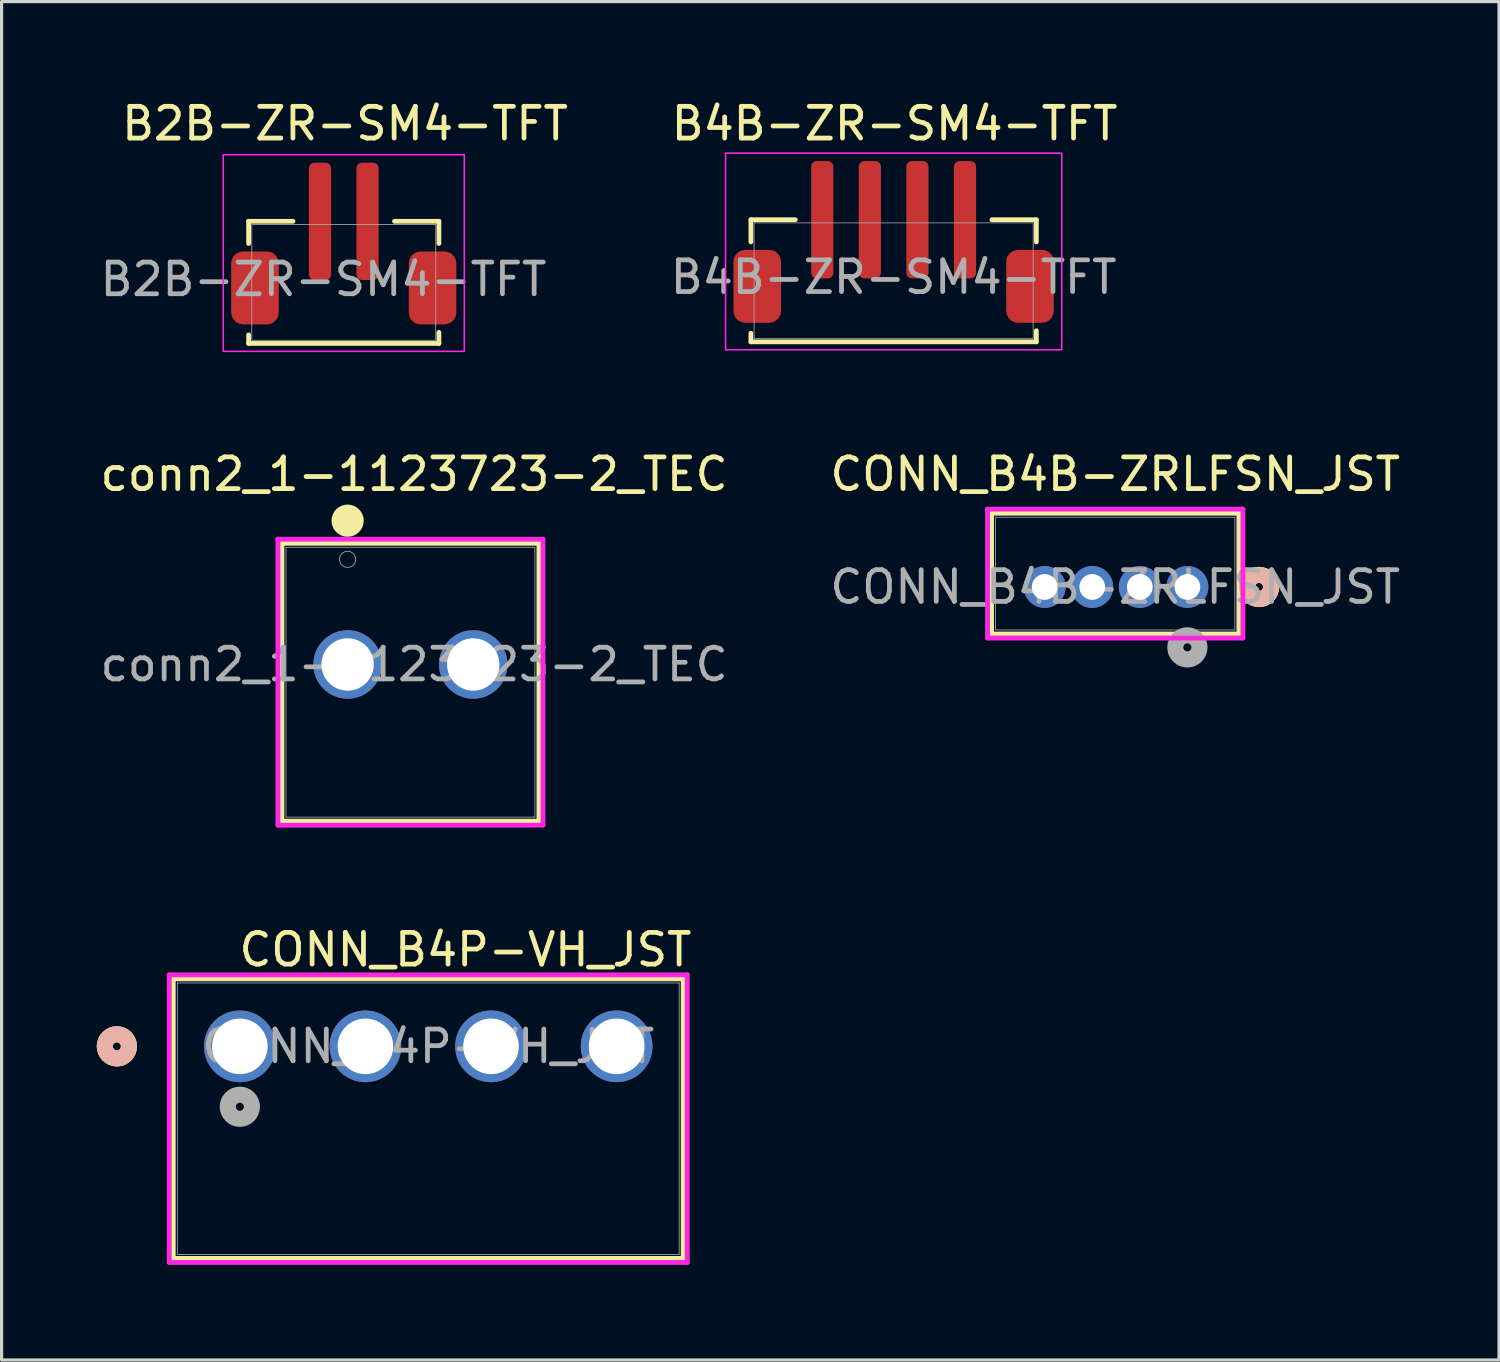
<source format=kicad_pcb>
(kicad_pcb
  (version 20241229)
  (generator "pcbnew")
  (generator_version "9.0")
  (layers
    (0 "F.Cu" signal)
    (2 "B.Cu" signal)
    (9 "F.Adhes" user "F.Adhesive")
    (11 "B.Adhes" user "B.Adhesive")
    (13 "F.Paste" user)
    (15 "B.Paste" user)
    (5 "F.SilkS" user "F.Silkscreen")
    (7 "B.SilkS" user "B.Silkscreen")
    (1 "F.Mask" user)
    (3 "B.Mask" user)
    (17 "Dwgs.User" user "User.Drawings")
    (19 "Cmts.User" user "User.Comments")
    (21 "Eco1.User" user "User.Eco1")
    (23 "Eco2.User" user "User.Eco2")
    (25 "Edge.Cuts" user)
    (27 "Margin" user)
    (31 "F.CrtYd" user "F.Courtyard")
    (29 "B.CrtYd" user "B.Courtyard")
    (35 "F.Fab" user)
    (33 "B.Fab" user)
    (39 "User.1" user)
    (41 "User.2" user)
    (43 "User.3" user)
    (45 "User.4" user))
  (footprint "B2B-ZR-SM4-TFT"
    (layer "F.Cu")
    (at 8.539 3.928)
    (property "Reference" "B2B-ZR-SM4-TFT" (at -0.71 -3.08 0) (unlocked yes) (layer "F.SilkS") (effects (font (size 1 1) (thickness 0.15))))
    (attr smd)
    (fp_line (start -3.75 0) (end -2.35 0) (stroke (width 0.15) (type default)) (layer "F.SilkS"))
    (fp_line (start -3.75 0.7) (end -3.75 0) (stroke (width 0.15) (type default)) (layer "F.SilkS"))
    (fp_line (start -3.75 3.85) (end -3.75 3.58) (stroke (width 0.15) (type default)) (layer "F.SilkS"))
    (fp_line (start 2.25 0) (end 0.85 0) (stroke (width 0.15) (type default)) (layer "F.SilkS"))
    (fp_line (start 2.25 0) (end 2.25 0.7) (stroke (width 0.15) (type default)) (layer "F.SilkS"))
    (fp_line (start 2.25 3.85) (end -3.75 3.85) (stroke (width 0.15) (type default)) (layer "F.SilkS"))
    (fp_line (start 2.25 3.85) (end 2.25 3.5) (stroke (width 0.15) (type default)) (layer "F.SilkS"))
    (fp_rect (start -4.55 -2.1) (end 3.05 4.1) (stroke (width 0.05) (type default)) (fill no) (layer "F.CrtYd"))
    (fp_rect (start 2.15 3.75) (end -3.65 0.1) (stroke (width 0.025) (type default)) (fill no) (layer "F.Fab"))
    (fp_text user "${REFERENCE}" (at -1.39 1.83 0) (unlocked yes) (layer "F.Fab") (effects (font (size 1 1) (thickness 0.15))))
    (pad "1" smd roundrect (at 0 0) (size 0.7 3.7) (layers "F.Cu" "F.Mask" "F.Paste") (roundrect_rratio 0.25))
    (pad "2" smd roundrect (at -1.5 0) (size 0.7 3.7) (layers "F.Cu" "F.Mask" "F.Paste") (roundrect_rratio 0.25))
    (pad "5" smd roundrect (at 2.05 2.1) (size 1.5 2.3) (layers "F.Cu" "F.Mask" "F.Paste") (roundrect_rratio 0.25))
    (pad "6" smd roundrect (at -3.55 2.1) (size 1.5 2.3) (layers "F.Cu" "F.Mask" "F.Paste") (roundrect_rratio 0.25)))
  (footprint "CONN_B4B-ZRLFSN_JST"
    (layer "F.Cu")
    (at 32.113 15.457)
    (property "Reference" "CONN_B4B-ZRLFSN_JST" (at 0 -3.556 0) (unlocked yes) (layer "F.SilkS") (effects (font (size 1 1) (thickness 0.15))))
    (attr through_hole)
    (fp_line (start -3.899 -2.327) (end -3.899 1.483) (stroke (width 0.152) (type solid)) (layer "F.SilkS"))
    (fp_line (start -3.899 1.483) (end 3.899 1.483) (stroke (width 0.152) (type solid)) (layer "F.SilkS"))
    (fp_line (start 3.899 -2.327) (end -3.899 -2.327) (stroke (width 0.152) (type solid)) (layer "F.SilkS"))
    (fp_line (start 3.899 1.483) (end 3.899 -2.327) (stroke (width 0.152) (type solid)) (layer "F.SilkS"))
    (fp_circle (center 4.534 0) (end 4.915 0) (stroke (width 0.508) (type solid)) (fill no) (layer "F.SilkS"))
    (fp_circle (center 4.534 0) (end 4.915 0) (stroke (width 0.508) (type solid)) (fill no) (layer "B.SilkS"))
    (fp_line (start -4.026 -2.454) (end -4.026 1.61) (stroke (width 0.152) (type solid)) (layer "F.CrtYd"))
    (fp_line (start -4.026 1.61) (end 4.026 1.61) (stroke (width 0.152) (type solid)) (layer "F.CrtYd"))
    (fp_line (start 4.026 -2.454) (end -4.026 -2.454) (stroke (width 0.152) (type solid)) (layer "F.CrtYd"))
    (fp_line (start 4.026 1.61) (end 4.026 -2.454) (stroke (width 0.152) (type solid)) (layer "F.CrtYd"))
    (fp_line (start -3.772 -2.2) (end -3.772 1.356) (stroke (width 0.025) (type solid)) (layer "F.Fab"))
    (fp_line (start -3.772 1.356) (end 3.772 1.356) (stroke (width 0.025) (type solid)) (layer "F.Fab"))
    (fp_line (start 3.772 -2.2) (end -3.772 -2.2) (stroke (width 0.025) (type solid)) (layer "F.Fab"))
    (fp_line (start 3.772 1.356) (end 3.772 -2.2) (stroke (width 0.025) (type solid)) (layer "F.Fab"))
    (fp_circle (center 2.275 1.905) (end 2.656 1.905) (stroke (width 0.508) (type solid)) (fill no) (layer "F.Fab"))
    (fp_text user "${REFERENCE}" (at 0 0 0) (unlocked yes) (layer "F.Fab") (effects (font (size 1 1) (thickness 0.15))))
    (pad "1" thru_hole circle (at 2.275 0) (size 1.321 1.321) (drill 0.813) (layers "*.Cu" "*.Mask"))
    (pad "2" thru_hole circle (at 0.775 0) (size 1.321 1.321) (drill 0.813) (layers "*.Cu" "*.Mask"))
    (pad "3" thru_hole circle (at -0.725 0) (size 1.321 1.321) (drill 0.813) (layers "*.Cu" "*.Mask"))
    (pad "4" thru_hole circle (at -2.225 0) (size 1.321 1.321) (drill 0.813) (layers "*.Cu" "*.Mask")))
  (footprint "CONN_B4P-VH_JST"
    (layer "F.Cu")
    (at 10.452 31.929)
    (property "Reference" "CONN_B4P-VH_JST" (at 1.172 -5.036 0) (unlocked yes) (layer "F.SilkS") (effects (font (size 1 1) (thickness 0.15))))
    (attr through_hole)
    (fp_line (start -8.039 -4.115) (end -8.039 4.699) (stroke (width 0.152) (type solid)) (layer "F.SilkS"))
    (fp_line (start -8.039 4.699) (end 8.039 4.699) (stroke (width 0.152) (type solid)) (layer "F.SilkS"))
    (fp_line (start 8.039 -4.115) (end -8.039 -4.115) (stroke (width 0.152) (type solid)) (layer "F.SilkS"))
    (fp_line (start 8.039 4.699) (end 8.039 -4.115) (stroke (width 0.152) (type solid)) (layer "F.SilkS"))
    (fp_circle (center -9.817 -1.988) (end -9.436 -1.988) (stroke (width 0.508) (type solid)) (fill no) (layer "F.SilkS"))
    (fp_circle (center -9.817 -1.988) (end -9.436 -1.988) (stroke (width 0.508) (type solid)) (fill no) (layer "B.SilkS"))
    (fp_line (start -8.166 -4.242) (end -8.166 4.826) (stroke (width 0.152) (type solid)) (layer "F.CrtYd"))
    (fp_line (start -8.166 4.826) (end 8.166 4.826) (stroke (width 0.152) (type solid)) (layer "F.CrtYd"))
    (fp_line (start 8.166 -4.242) (end -8.166 -4.242) (stroke (width 0.152) (type solid)) (layer "F.CrtYd"))
    (fp_line (start 8.166 4.826) (end 8.166 -4.242) (stroke (width 0.152) (type solid)) (layer "F.CrtYd"))
    (fp_line (start -7.912 -3.988) (end -7.912 4.572) (stroke (width 0.025) (type solid)) (layer "F.Fab"))
    (fp_line (start -7.912 4.572) (end 7.912 4.572) (stroke (width 0.025) (type solid)) (layer "F.Fab"))
    (fp_line (start 7.912 -3.988) (end -7.912 -3.988) (stroke (width 0.025) (type solid)) (layer "F.Fab"))
    (fp_line (start 7.912 4.572) (end 7.912 -3.988) (stroke (width 0.025) (type solid)) (layer "F.Fab"))
    (fp_circle (center -5.94 -0.083) (end -5.559 -0.083) (stroke (width 0.508) (type solid)) (fill no) (layer "F.Fab"))
    (fp_text user "${REFERENCE}" (at 0 -1.988 0) (unlocked yes) (layer "F.Fab") (effects (font (size 1 1) (thickness 0.15))))
    (pad "1" thru_hole circle (at -5.94 -1.988) (size 2.261 2.261) (drill 1.753) (layers "*.Cu" "*.Mask"))
    (pad "2" thru_hole circle (at -1.98 -1.988) (size 2.261 2.261) (drill 1.753) (layers "*.Cu" "*.Mask"))
    (pad "3" thru_hole circle (at 1.98 -1.988) (size 2.261 2.261) (drill 1.753) (layers "*.Cu" "*.Mask"))
    (pad "4" thru_hole circle (at 5.94 -1.988) (size 2.261 2.261) (drill 1.753) (layers "*.Cu" "*.Mask")))
  (footprint "B4B-ZR-SM4-TFT"
    (layer "F.Cu")
    (at 25.126 3.978)
    (property "Reference" "B4B-ZR-SM4-TFT" (at 0.03 -3.13 0) (unlocked yes) (layer "F.SilkS") (effects (font (size 1 1) (thickness 0.15))))
    (attr smd)
    (fp_line (start -4.5 -0.1) (end -3.1 -0.1) (stroke (width 0.15) (type default)) (layer "F.SilkS"))
    (fp_line (start -4.5 0.6) (end -4.5 -0.1) (stroke (width 0.15) (type default)) (layer "F.SilkS"))
    (fp_line (start -4.5 3.75) (end -4.5 3.48) (stroke (width 0.15) (type default)) (layer "F.SilkS"))
    (fp_line (start 4.5 -0.1) (end 3.1 -0.1) (stroke (width 0.15) (type default)) (layer "F.SilkS"))
    (fp_line (start 4.5 -0.1) (end 4.5 0.6) (stroke (width 0.15) (type default)) (layer "F.SilkS"))
    (fp_line (start 4.5 3.75) (end -4.5 3.75) (stroke (width 0.15) (type default)) (layer "F.SilkS"))
    (fp_line (start 4.5 3.75) (end 4.5 3.4) (stroke (width 0.15) (type default)) (layer "F.SilkS"))
    (fp_rect (start -5.3 -2.2) (end 5.3 4) (stroke (width 0.05) (type default)) (fill no) (layer "F.CrtYd"))
    (fp_rect (start 4.4 3.65) (end -4.4 0) (stroke (width 0.025) (type default)) (fill no) (layer "F.Fab"))
    (fp_text user "${REFERENCE}" (at 0 1.71 0) (unlocked yes) (layer "F.Fab") (effects (font (size 1 1) (thickness 0.15))))
    (pad "1" smd roundrect (at 2.25 -0.1) (size 0.7 3.7) (layers "F.Cu" "F.Mask" "F.Paste") (roundrect_rratio 0.25))
    (pad "2" smd roundrect (at 0.75 -0.1) (size 0.7 3.7) (layers "F.Cu" "F.Mask" "F.Paste") (roundrect_rratio 0.25))
    (pad "3" smd roundrect (at -0.75 -0.1) (size 0.7 3.7) (layers "F.Cu" "F.Mask" "F.Paste") (roundrect_rratio 0.25))
    (pad "4" smd roundrect (at -2.25 -0.1) (size 0.7 3.7) (layers "F.Cu" "F.Mask" "F.Paste") (roundrect_rratio 0.25))
    (pad "5" smd roundrect (at 4.3 2) (size 1.5 2.3) (layers "F.Cu" "F.Mask" "F.Paste") (roundrect_rratio 0.25))
    (pad "6" smd roundrect (at -4.3 2) (size 1.5 2.3) (layers "F.Cu" "F.Mask" "F.Paste") (roundrect_rratio 0.25)))
  (footprint "conn2_1-1123723-2_TEC"
    (layer "F.Cu")
    (at 9.942 17.901)
    (property "Reference" "conn2_1-1123723-2_TEC" (at 0.064 -6 0) (unlocked yes) (layer "F.SilkS") (effects (font (size 1 1) (thickness 0.15))))
    (attr through_hole)
    (fp_line (start -4.102 -3.823) (end -4.102 4.94) (stroke (width 0.152) (type solid)) (layer "F.SilkS"))
    (fp_line (start -4.102 4.94) (end 4 4.94) (stroke (width 0.152) (type solid)) (layer "F.SilkS"))
    (fp_line (start 4 -3.823) (end -4.102 -3.823) (stroke (width 0.152) (type solid)) (layer "F.SilkS"))
    (fp_line (start 4 4.94) (end 4 -3.823) (stroke (width 0.152) (type solid)) (layer "F.SilkS"))
    (fp_circle (center -2.032 -4.534) (end -1.778 -4.534) (stroke (width 0.508) (type solid)) (fill no) (layer "F.SilkS"))
    (fp_line (start -4.229 -3.95) (end -4.229 5.067) (stroke (width 0.152) (type solid)) (layer "F.CrtYd"))
    (fp_line (start -4.229 5.067) (end 4.128 5.067) (stroke (width 0.152) (type solid)) (layer "F.CrtYd"))
    (fp_line (start 4.128 -3.95) (end -4.229 -3.95) (stroke (width 0.152) (type solid)) (layer "F.CrtYd"))
    (fp_line (start 4.128 5.067) (end 4.128 -3.95) (stroke (width 0.152) (type solid)) (layer "F.CrtYd"))
    (fp_line (start -3.975 -3.696) (end -3.975 4.813) (stroke (width 0.025) (type solid)) (layer "F.Fab"))
    (fp_line (start -3.975 4.813) (end 3.873 4.813) (stroke (width 0.025) (type solid)) (layer "F.Fab"))
    (fp_line (start 3.873 -3.696) (end -3.975 -3.696) (stroke (width 0.025) (type solid)) (layer "F.Fab"))
    (fp_line (start 3.873 4.813) (end 3.873 -3.696) (stroke (width 0.025) (type solid)) (layer "F.Fab"))
    (fp_circle (center -2.032 -3.315) (end -1.778 -3.315) (stroke (width 0.025) (type solid)) (fill no) (layer "F.Fab"))
    (fp_text user "${REFERENCE}" (at 0.064 0 0) (unlocked yes) (layer "F.Fab") (effects (font (size 1 1) (thickness 0.15))))
    (pad "1" thru_hole circle (at -2.032 0) (size 2.159 2.159) (drill 1.651) (layers "*.Cu" "*.Mask"))
    (pad "2" thru_hole circle (at 1.93 0) (size 2.159 2.159) (drill 1.651) (layers "*.Cu" "*.Mask")))
  (gr_rect
    (start -3 -3)
    (end 44.214 39.831)
    (stroke (width 0.1) (type default))
    (fill no)
    (layer "Edge.Cuts")))
</source>
